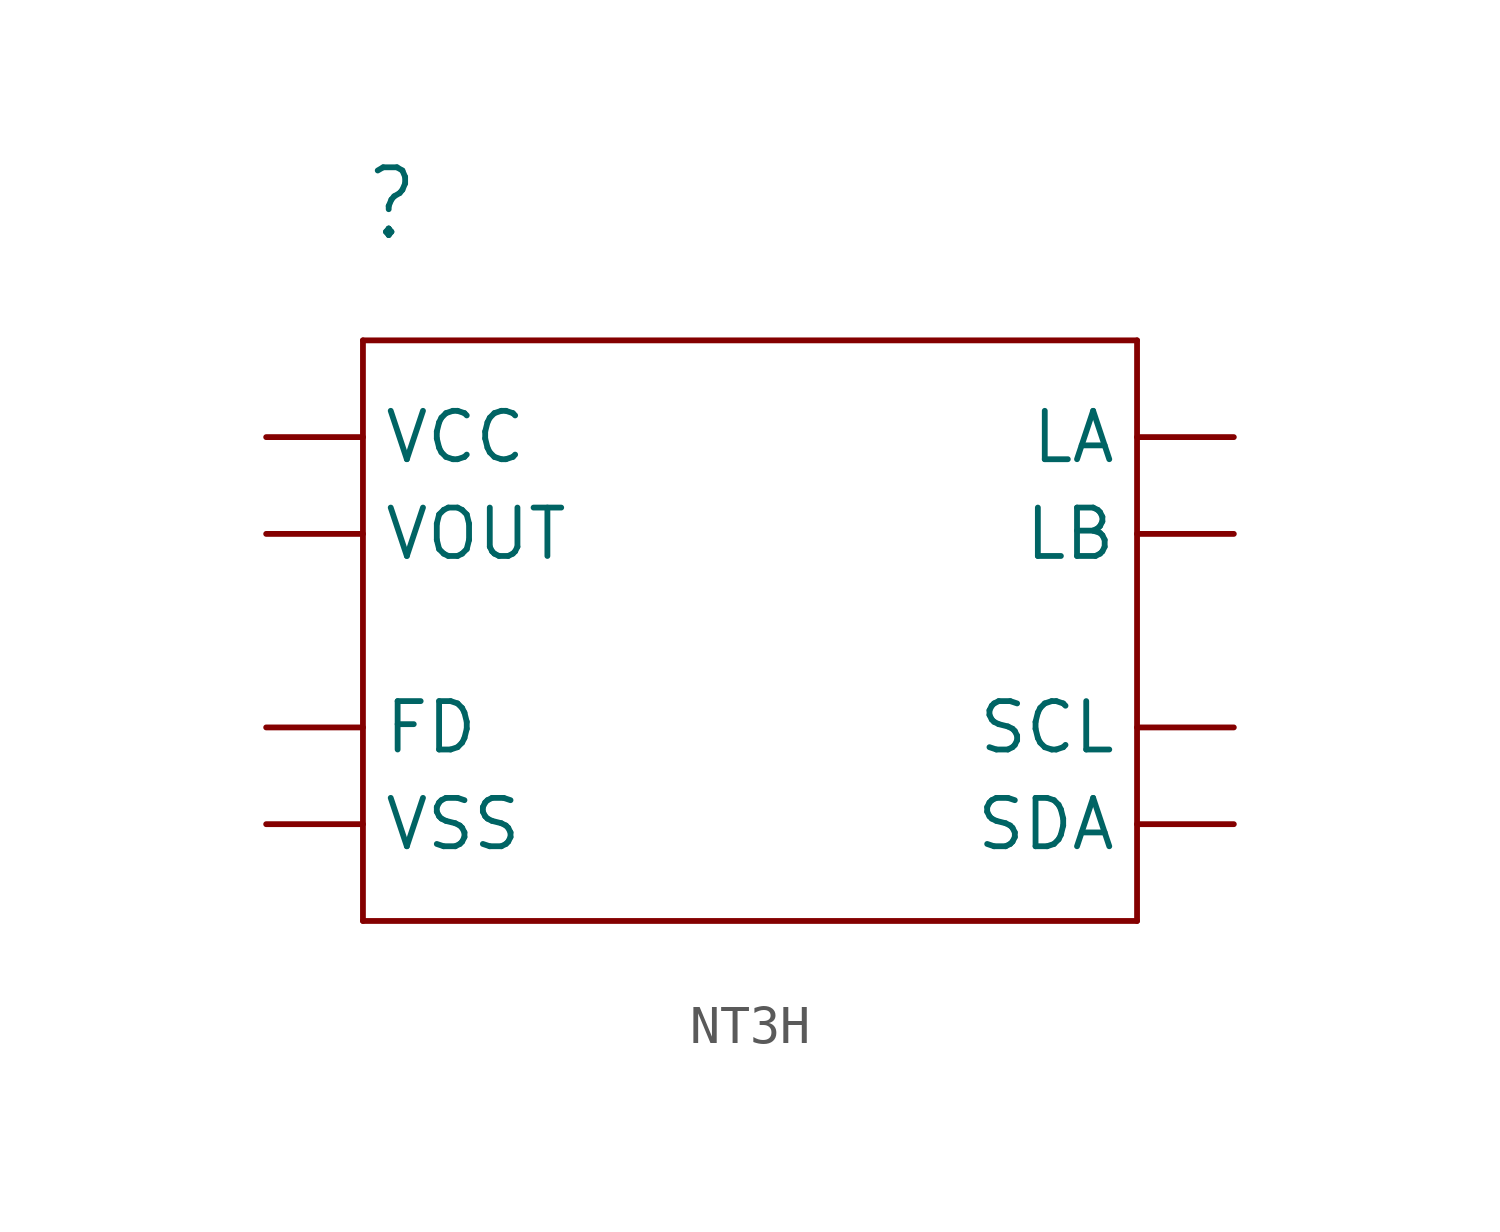
<source format=kicad_sym>
(kicad_symbol_lib
  (version 20211014)
  (generator kicad_symbol_editor)
  (symbol "NT3H"
    (property "Reference" ""
      (at -10.16 10.16 0)
      (effects (font (size 1.778 1.511)) (justify left bottom)))
    (property "ki_locked" ""
      (at 0 0 0)
      (effects (font (size 1.27 1.27))))
    (symbol "NT3H_1_0"
      (polyline (pts (xy -10.16 -7.62) (xy 10.16 -7.62)) (stroke (width 0.152) (type default) (color 0 0 0 0)) (fill (type none)))
      (polyline (pts (xy -10.16 7.62) (xy -10.16 -7.62)) (stroke (width 0.152) (type default) (color 0 0 0 0)) (fill (type none)))
      (polyline (pts (xy 10.16 -7.62) (xy 10.16 7.62)) (stroke (width 0.152) (type default) (color 0 0 0 0)) (fill (type none)))
      (polyline (pts (xy 10.16 7.62) (xy -10.16 7.62)) (stroke (width 0.152) (type default) (color 0 0 0 0)) (fill (type none)))
      (pin bidirectional line (at -12.7 -2.54 0) (length 2.54) (name "FD" (effects (font (size 1.27 1.27)))) (number "FD" (effects (font (size 0 0)))))
      (pin bidirectional line (at 12.7 5.08 180) (length 2.54) (name "LA" (effects (font (size 1.27 1.27)))) (number "LA" (effects (font (size 0 0)))))
      (pin bidirectional line (at 12.7 2.54 180) (length 2.54) (name "LB" (effects (font (size 1.27 1.27)))) (number "LB" (effects (font (size 0 0)))))
      (pin bidirectional line (at 12.7 -2.54 180) (length 2.54) (name "SCL" (effects (font (size 1.27 1.27)))) (number "SCL" (effects (font (size 0 0)))))
      (pin bidirectional line (at 12.7 -5.08 180) (length 2.54) (name "SDA" (effects (font (size 1.27 1.27)))) (number "SDA" (effects (font (size 0 0)))))
      (pin bidirectional line (at -12.7 5.08 0) (length 2.54) (name "VCC" (effects (font (size 1.27 1.27)))) (number "VCC" (effects (font (size 0 0)))))
      (pin bidirectional line (at -12.7 2.54 0) (length 2.54) (name "VOUT" (effects (font (size 1.27 1.27)))) (number "VOUT" (effects (font (size 0 0)))))
      (pin bidirectional line (at -12.7 -5.08 0) (length 2.54) (name "VSS" (effects (font (size 1.27 1.27)))) (number "VSS" (effects (font (size 0 0))))))))
</source>
